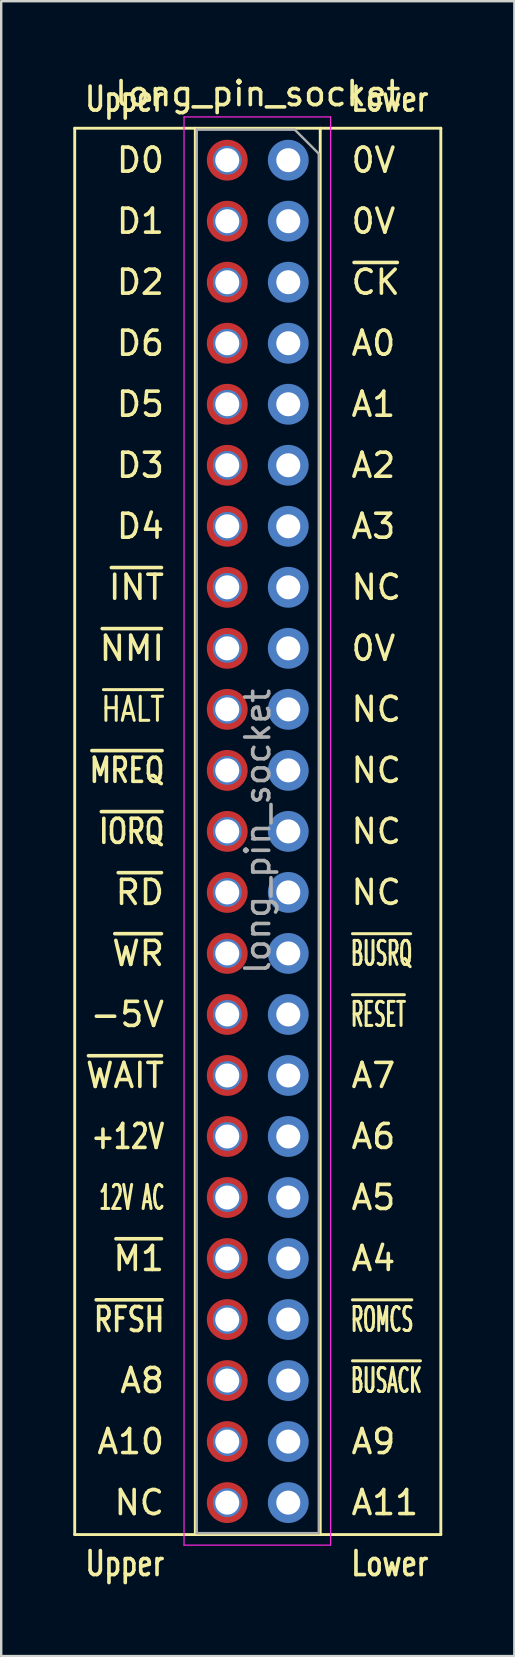
<source format=kicad_pcb>
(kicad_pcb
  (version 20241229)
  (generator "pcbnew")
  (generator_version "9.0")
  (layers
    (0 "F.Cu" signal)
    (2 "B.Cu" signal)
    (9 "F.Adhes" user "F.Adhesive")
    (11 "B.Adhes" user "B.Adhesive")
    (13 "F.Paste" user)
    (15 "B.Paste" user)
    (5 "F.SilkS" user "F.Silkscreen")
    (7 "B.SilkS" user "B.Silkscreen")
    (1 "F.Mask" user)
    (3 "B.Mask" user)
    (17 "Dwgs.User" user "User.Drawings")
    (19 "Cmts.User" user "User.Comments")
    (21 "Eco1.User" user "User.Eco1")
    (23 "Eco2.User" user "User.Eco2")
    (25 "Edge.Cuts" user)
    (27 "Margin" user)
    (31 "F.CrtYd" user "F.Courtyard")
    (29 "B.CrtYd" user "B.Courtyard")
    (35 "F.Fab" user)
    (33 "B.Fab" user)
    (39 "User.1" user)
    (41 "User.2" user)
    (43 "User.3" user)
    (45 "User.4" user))
  (footprint "long_pin_socket"
    (layer "F.Cu")
    (at 6.41 3.618)
    (property "Reference" "long_pin_socket" (at 1.27 -2.77 0) (layer "F.SilkS") (effects (font (size 1 1) (thickness 0.15))))
    (attr through_hole)
    (fp_line (start -6.35 57.21) (end -6.35 -1.33) (stroke (width 0.12) (type solid)) (layer "F.SilkS"))
    (fp_line (start -1.33 -1.33) (end -1.33 57.21) (stroke (width 0.12) (type solid)) (layer "F.SilkS"))
    (fp_line (start 3.87 -1.33) (end 3.87 57.21) (stroke (width 0.12) (type solid)) (layer "F.SilkS"))
    (fp_line (start 8.89 -1.33) (end -6.35 -1.33) (stroke (width 0.12) (type solid)) (layer "F.SilkS"))
    (fp_line (start 8.89 57.21) (end -6.35 57.21) (stroke (width 0.12) (type solid)) (layer "F.SilkS"))
    (fp_line (start 8.89 57.21) (end 8.89 -1.33) (stroke (width 0.12) (type solid)) (layer "F.SilkS"))
    (fp_line (start -1.8 -1.8) (end 4.3 -1.8) (stroke (width 0.05) (type solid)) (layer "F.CrtYd"))
    (fp_line (start -1.8 57.65) (end -1.8 -1.8) (stroke (width 0.05) (type solid)) (layer "F.CrtYd"))
    (fp_line (start 4.3 -1.8) (end 4.3 57.65) (stroke (width 0.05) (type solid)) (layer "F.CrtYd"))
    (fp_line (start 4.3 57.65) (end -1.8 57.65) (stroke (width 0.05) (type solid)) (layer "F.CrtYd"))
    (fp_line (start -1.27 -1.27) (end 2.81 -1.27) (stroke (width 0.1) (type solid)) (layer "F.Fab"))
    (fp_line (start -1.27 57.15) (end -1.27 -1.27) (stroke (width 0.1) (type solid)) (layer "F.Fab"))
    (fp_line (start 2.81 -1.27) (end 3.81 -0.27) (stroke (width 0.1) (type solid)) (layer "F.Fab"))
    (fp_line (start 3.81 -0.27) (end 3.81 57.15) (stroke (width 0.1) (type solid)) (layer "F.Fab"))
    (fp_line (start 3.81 57.15) (end -1.27 57.15) (stroke (width 0.1) (type solid)) (layer "F.Fab"))
    (fp_text user "~{MREQ}" (at -2.54 25.4 0) (layer "F.SilkS") (effects (font (size 1 0.75) (thickness 0.15)) (justify right)))
    (fp_text user "Upper" (at -2.54 58.42 0) (layer "F.SilkS") (effects (font (size 1 0.75) (thickness 0.15)) (justify right)))
    (fp_text user "A1" (at 5.08 10.16 0) (layer "F.SilkS") (effects (font (size 1 1) (thickness 0.15)) (justify left)))
    (fp_text user "A0" (at 5.08 7.62 0) (layer "F.SilkS") (effects (font (size 1 1) (thickness 0.15)) (justify left)))
    (fp_text user "~{WAIT}" (at -2.54 38.1 0) (layer "F.SilkS") (effects (font (size 1 1) (thickness 0.15)) (justify right)))
    (fp_text user "~{NMI}" (at -2.54 20.32 0) (layer "F.SilkS") (effects (font (size 1 1) (thickness 0.15)) (justify right)))
    (fp_text user "D4" (at -2.54 15.24 0) (layer "F.SilkS") (effects (font (size 1 1) (thickness 0.15)) (justify right)))
    (fp_text user "D0" (at -2.54 0 0) (layer "F.SilkS") (effects (font (size 1 1) (thickness 0.15)) (justify right)))
    (fp_text user "~{IORQ}" (at -2.54 27.94 0) (layer "F.SilkS") (effects (font (size 1 0.75) (thickness 0.15)) (justify right)))
    (fp_text user "D5" (at -2.54 10.16 0) (layer "F.SilkS") (effects (font (size 1 1) (thickness 0.15)) (justify right)))
    (fp_text user "Lower" (at 5.08 58.42 0) (layer "F.SilkS") (effects (font (size 1 0.75) (thickness 0.15)) (justify left)))
    (fp_text user "~{CK}" (at 5.08 5.08 0) (layer "F.SilkS") (effects (font (size 1 1) (thickness 0.15)) (justify left)))
    (fp_text user "~{BUSACK}" (at 5.08 50.8 0) (layer "F.SilkS") (effects (font (size 1 0.5) (thickness 0.125)) (justify left)))
    (fp_text user "~{ROMCS}" (at 5.08 48.26 0) (layer "F.SilkS") (effects (font (size 1 0.5) (thickness 0.125)) (justify left)))
    (fp_text user "A8" (at -2.54 50.8 0) (layer "F.SilkS") (effects (font (size 1 1) (thickness 0.15)) (justify right)))
    (fp_text user "+12V" (at -2.54 40.64 0) (layer "F.SilkS") (effects (font (size 1 0.75) (thickness 0.15)) (justify right)))
    (fp_text user "~{M1}" (at -2.54 45.72 0) (layer "F.SilkS") (effects (font (size 1 1) (thickness 0.15)) (justify right)))
    (fp_text user "~{BUSRQ}" (at 5.08 33.02 0) (layer "F.SilkS") (effects (font (size 1 0.5) (thickness 0.125)) (justify left)))
    (fp_text user "A4" (at 5.08 45.72 0) (layer "F.SilkS") (effects (font (size 1 1) (thickness 0.15)) (justify left)))
    (fp_text user "D2" (at -2.54 5.08 0) (layer "F.SilkS") (effects (font (size 1 1) (thickness 0.15)) (justify right)))
    (fp_text user "0V" (at 5.08 0 0) (layer "F.SilkS") (effects (font (size 1 1) (thickness 0.15)) (justify left)))
    (fp_text user "NC" (at 5.08 17.78 0) (layer "F.SilkS") (effects (font (size 1 1) (thickness 0.15)) (justify left)))
    (fp_text user "A3" (at 5.08 15.24 0) (layer "F.SilkS") (effects (font (size 1 1) (thickness 0.15)) (justify left)))
    (fp_text user "~{RFSH}" (at -2.54 48.26 0) (layer "F.SilkS") (effects (font (size 1 0.75) (thickness 0.15)) (justify right)))
    (fp_text user "D1" (at -2.54 2.54 0) (layer "F.SilkS") (effects (font (size 1 1) (thickness 0.15)) (justify right)))
    (fp_text user "A5" (at 5.08 43.18 0) (layer "F.SilkS") (effects (font (size 1 1) (thickness 0.15)) (justify left)))
    (fp_text user "NC" (at -2.54 55.88 0) (layer "F.SilkS") (effects (font (size 1 1) (thickness 0.15)) (justify right)))
    (fp_text user "~{HALT}" (at -2.54 22.86 0) (layer "F.SilkS") (effects (font (size 1 0.75) (thickness 0.125)) (justify right)))
    (fp_text user "0V" (at 5.08 2.54 0) (layer "F.SilkS") (effects (font (size 1 1) (thickness 0.15)) (justify left)))
    (fp_text user "A6" (at 5.08 40.64 0) (layer "F.SilkS") (effects (font (size 1 1) (thickness 0.15)) (justify left)))
    (fp_text user "NC" (at 5.08 27.94 0) (layer "F.SilkS") (effects (font (size 1 1) (thickness 0.15)) (justify left)))
    (fp_text user "NC" (at 5.08 30.48 0) (layer "F.SilkS") (effects (font (size 1 1) (thickness 0.15)) (justify left)))
    (fp_text user "~{INT}" (at -2.54 17.78 0) (layer "F.SilkS") (effects (font (size 1 1) (thickness 0.15)) (justify right)))
    (fp_text user "A10" (at -2.54 53.34 0) (layer "F.SilkS") (effects (font (size 1 1) (thickness 0.15)) (justify right)))
    (fp_text user "A9" (at 5.08 53.34 0) (layer "F.SilkS") (effects (font (size 1 1) (thickness 0.15)) (justify left)))
    (fp_text user "A11" (at 5.08 55.88 0) (layer "F.SilkS") (effects (font (size 1 1) (thickness 0.15)) (justify left)))
    (fp_text user "D6" (at -2.54 7.62 0) (layer "F.SilkS") (effects (font (size 1 1) (thickness 0.15)) (justify right)))
    (fp_text user "Lower" (at 5.08 -2.54 0) (layer "F.SilkS") (effects (font (size 1 0.75) (thickness 0.15)) (justify left)))
    (fp_text user "NC" (at 5.08 22.86 0) (layer "F.SilkS") (effects (font (size 1 1) (thickness 0.15)) (justify left)))
    (fp_text user "D3" (at -2.54 12.7 0) (layer "F.SilkS") (effects (font (size 1 1) (thickness 0.15)) (justify right)))
    (fp_text user "A2" (at 5.08 12.7 0) (layer "F.SilkS") (effects (font (size 1 1) (thickness 0.15)) (justify left)))
    (fp_text user "12V AC" (at -2.54 43.18 0) (layer "F.SilkS") (effects (font (size 1 0.5) (thickness 0.125)) (justify right)))
    (fp_text user "NC" (at 5.08 25.4 0) (layer "F.SilkS") (effects (font (size 1 1) (thickness 0.15)) (justify left)))
    (fp_text user "~{RD}" (at -2.54 30.48 0) (layer "F.SilkS") (effects (font (size 1 1) (thickness 0.15)) (justify right)))
    (fp_text user "Upper" (at -2.54 -2.54 0) (layer "F.SilkS") (effects (font (size 1 0.75) (thickness 0.15)) (justify right)))
    (fp_text user "-5V" (at -2.54 35.56 0) (layer "F.SilkS") (effects (font (size 1 1) (thickness 0.15)) (justify right)))
    (fp_text user "~{RESET}" (at 5.08 35.56 0) (layer "F.SilkS") (effects (font (size 1 0.5) (thickness 0.125)) (justify left)))
    (fp_text user "A7" (at 5.08 38.1 0) (layer "F.SilkS") (effects (font (size 1 1) (thickness 0.15)) (justify left)))
    (fp_text user "0V" (at 5.08 20.32 0) (layer "F.SilkS") (effects (font (size 1 1) (thickness 0.15)) (justify left)))
    (fp_text user "~{WR}" (at -2.54 33.02 0) (layer "F.SilkS") (effects (font (size 1 1) (thickness 0.15)) (justify right)))
    (fp_text user "${REFERENCE}" (at 1.27 27.94 90) (layer "F.Fab") (effects (font (size 1 1) (thickness 0.15))))
    (pad "a1" thru_hole oval (at 0 0) (size 1.2 1.2) (drill 1) (layers "*.Cu" "*.Mask"))
    (pad "a1" smd oval (at 0 0) (size 1.7 1.7) (layers "F.Cu" "F.Mask"))
    (pad "a2" thru_hole oval (at 0 2.54) (size 1.2 1.2) (drill 1) (layers "*.Cu" "*.Mask"))
    (pad "a2" smd oval (at 0 2.54) (size 1.7 1.7) (layers "F.Cu" "F.Mask"))
    (pad "a3" thru_hole oval (at 0 5.08) (size 1.2 1.2) (drill 1) (layers "*.Cu" "*.Mask"))
    (pad "a3" smd oval (at 0 5.08) (size 1.7 1.7) (layers "F.Cu" "F.Mask"))
    (pad "a4" thru_hole oval (at 0 7.62) (size 1.2 1.2) (drill 1) (layers "*.Cu" "*.Mask"))
    (pad "a4" smd oval (at 0 7.62) (size 1.7 1.7) (layers "F.Cu" "F.Mask"))
    (pad "a5" thru_hole oval (at 0 10.16) (size 1.2 1.2) (drill 1) (layers "*.Cu" "*.Mask"))
    (pad "a5" smd oval (at 0 10.16) (size 1.7 1.7) (layers "F.Cu" "F.Mask"))
    (pad "a6" thru_hole oval (at 0 12.7) (size 1.2 1.2) (drill 1) (layers "*.Cu" "*.Mask"))
    (pad "a6" smd oval (at 0 12.7) (size 1.7 1.7) (layers "F.Cu" "F.Mask"))
    (pad "a7" thru_hole oval (at 0 15.24) (size 1.2 1.2) (drill 1) (layers "*.Cu" "*.Mask"))
    (pad "a7" smd oval (at 0 15.24) (size 1.7 1.7) (layers "F.Cu" "F.Mask"))
    (pad "a8" thru_hole oval (at 0 17.78) (size 1.2 1.2) (drill 1) (layers "*.Cu" "*.Mask"))
    (pad "a8" smd oval (at 0 17.78) (size 1.7 1.7) (layers "F.Cu" "F.Mask"))
    (pad "a9" thru_hole oval (at 0 20.32) (size 1.2 1.2) (drill 1) (layers "*.Cu" "*.Mask"))
    (pad "a9" smd oval (at 0 20.32) (size 1.7 1.7) (layers "F.Cu" "F.Mask"))
    (pad "a10" thru_hole oval (at 0 22.86) (size 1.2 1.2) (drill 1) (layers "*.Cu" "*.Mask"))
    (pad "a10" smd oval (at 0 22.86) (size 1.7 1.7) (layers "F.Cu" "F.Mask"))
    (pad "a11" thru_hole oval (at 0 25.4) (size 1.2 1.2) (drill 1) (layers "*.Cu" "*.Mask"))
    (pad "a11" smd oval (at 0 25.4) (size 1.7 1.7) (layers "F.Cu" "F.Mask"))
    (pad "a12" thru_hole oval (at 0 27.94) (size 1.2 1.2) (drill 1) (layers "*.Cu" "*.Mask"))
    (pad "a12" smd oval (at 0 27.94) (size 1.7 1.7) (layers "F.Cu" "F.Mask"))
    (pad "a13" thru_hole oval (at 0 30.48) (size 1.2 1.2) (drill 1) (layers "*.Cu" "*.Mask"))
    (pad "a13" smd oval (at 0 30.48) (size 1.7 1.7) (layers "F.Cu" "F.Mask"))
    (pad "a14" thru_hole oval (at 0 33.02) (size 1.2 1.2) (drill 1) (layers "*.Cu" "*.Mask"))
    (pad "a14" smd oval (at 0 33.02) (size 1.7 1.7) (layers "F.Cu" "F.Mask"))
    (pad "a15" thru_hole oval (at 0 35.56) (size 1.2 1.2) (drill 1) (layers "*.Cu" "*.Mask"))
    (pad "a15" smd oval (at 0 35.56) (size 1.7 1.7) (layers "F.Cu" "F.Mask"))
    (pad "a16" thru_hole oval (at 0 38.1) (size 1.2 1.2) (drill 1) (layers "*.Cu" "*.Mask"))
    (pad "a16" smd oval (at 0 38.1) (size 1.7 1.7) (layers "F.Cu" "F.Mask"))
    (pad "a17" thru_hole oval (at 0 40.64) (size 1.2 1.2) (drill 1) (layers "*.Cu" "*.Mask"))
    (pad "a17" smd oval (at 0 40.64) (size 1.7 1.7) (layers "F.Cu" "F.Mask"))
    (pad "a18" thru_hole oval (at 0 43.18) (size 1.2 1.2) (drill 1) (layers "*.Cu" "*.Mask"))
    (pad "a18" smd oval (at 0 43.18) (size 1.7 1.7) (layers "F.Cu" "F.Mask"))
    (pad "a19" thru_hole oval (at 0 45.72) (size 1.2 1.2) (drill 1) (layers "*.Cu" "*.Mask"))
    (pad "a19" smd oval (at 0 45.72) (size 1.7 1.7) (layers "F.Cu" "F.Mask"))
    (pad "a20" thru_hole oval (at 0 48.26) (size 1.2 1.2) (drill 1) (layers "*.Cu" "*.Mask"))
    (pad "a20" smd oval (at 0 48.26) (size 1.7 1.7) (layers "F.Cu" "F.Mask"))
    (pad "a21" thru_hole oval (at 0 50.8) (size 1.2 1.2) (drill 1) (layers "*.Cu" "*.Mask"))
    (pad "a21" smd oval (at 0 50.8) (size 1.7 1.7) (layers "F.Cu" "F.Mask"))
    (pad "a22" thru_hole oval (at 0 53.34) (size 1.2 1.2) (drill 1) (layers "*.Cu" "*.Mask"))
    (pad "a22" smd oval (at 0 53.34) (size 1.7 1.7) (layers "F.Cu" "F.Mask"))
    (pad "a23" thru_hole oval (at 0 55.88) (size 1.2 1.2) (drill 1) (layers "*.Cu" "*.Mask"))
    (pad "a23" smd oval (at 0 55.88) (size 1.7 1.7) (layers "F.Cu" "F.Mask"))
    (pad "b1" thru_hole oval (at 2.54 0 90) (size 1.2 1.2) (drill 1) (layers "*.Cu" "*.Mask"))
    (pad "b1" smd oval (at 2.54 0 90) (size 1.7 1.7) (layers "B.Cu" "B.Mask"))
    (pad "b2" thru_hole oval (at 2.54 2.54) (size 1.2 1.2) (drill 1) (layers "*.Cu" "*.Mask"))
    (pad "b2" smd oval (at 2.54 2.54) (size 1.7 1.7) (layers "B.Cu" "B.Mask"))
    (pad "b3" thru_hole oval (at 2.54 5.08) (size 1.2 1.2) (drill 1) (layers "*.Cu" "*.Mask"))
    (pad "b3" smd oval (at 2.54 5.08) (size 1.7 1.7) (layers "B.Cu" "B.Mask"))
    (pad "b4" thru_hole oval (at 2.54 7.62) (size 1.2 1.2) (drill 1) (layers "*.Cu" "*.Mask"))
    (pad "b4" smd oval (at 2.54 7.62) (size 1.7 1.7) (layers "B.Cu" "B.Mask"))
    (pad "b5" thru_hole oval (at 2.54 10.16) (size 1.2 1.2) (drill 1) (layers "*.Cu" "*.Mask"))
    (pad "b5" smd oval (at 2.54 10.16) (size 1.7 1.7) (layers "B.Cu" "B.Mask"))
    (pad "b6" thru_hole oval (at 2.54 12.7) (size 1.2 1.2) (drill 1) (layers "*.Cu" "*.Mask"))
    (pad "b6" smd oval (at 2.54 12.7) (size 1.7 1.7) (layers "B.Cu" "B.Mask"))
    (pad "b7" thru_hole oval (at 2.54 15.24) (size 1.2 1.2) (drill 1) (layers "*.Cu" "*.Mask"))
    (pad "b7" smd oval (at 2.54 15.24) (size 1.7 1.7) (layers "B.Cu" "B.Mask"))
    (pad "b8" thru_hole oval (at 2.54 17.78) (size 1.2 1.2) (drill 1) (layers "*.Cu" "*.Mask"))
    (pad "b8" smd oval (at 2.54 17.78) (size 1.7 1.7) (layers "B.Cu" "B.Mask"))
    (pad "b9" thru_hole oval (at 2.54 20.32) (size 1.2 1.2) (drill 1) (layers "*.Cu" "*.Mask"))
    (pad "b9" smd oval (at 2.54 20.32) (size 1.7 1.7) (layers "B.Cu" "B.Mask"))
    (pad "b10" thru_hole oval (at 2.54 22.86) (size 1.2 1.2) (drill 1) (layers "*.Cu" "*.Mask"))
    (pad "b10" smd oval (at 2.54 22.86) (size 1.7 1.7) (layers "B.Cu" "B.Mask"))
    (pad "b11" thru_hole oval (at 2.54 25.4) (size 1.2 1.2) (drill 1) (layers "*.Cu" "*.Mask"))
    (pad "b11" smd oval (at 2.54 25.4) (size 1.7 1.7) (layers "B.Cu" "B.Mask"))
    (pad "b12" thru_hole oval (at 2.54 27.94) (size 1.2 1.2) (drill 1) (layers "*.Cu" "*.Mask"))
    (pad "b12" smd oval (at 2.54 27.94) (size 1.7 1.7) (layers "B.Cu" "B.Mask"))
    (pad "b13" thru_hole oval (at 2.54 30.48) (size 1.2 1.2) (drill 1) (layers "*.Cu" "*.Mask"))
    (pad "b13" smd oval (at 2.54 30.48) (size 1.7 1.7) (layers "B.Cu" "B.Mask"))
    (pad "b14" thru_hole oval (at 2.54 33.02) (size 1.2 1.2) (drill 1) (layers "*.Cu" "*.Mask"))
    (pad "b14" smd oval (at 2.54 33.02) (size 1.7 1.7) (layers "B.Cu" "B.Mask"))
    (pad "b15" thru_hole oval (at 2.54 35.56) (size 1.2 1.2) (drill 1) (layers "*.Cu" "*.Mask"))
    (pad "b15" smd oval (at 2.54 35.56) (size 1.7 1.7) (layers "B.Cu" "B.Mask"))
    (pad "b16" thru_hole oval (at 2.54 38.1) (size 1.2 1.2) (drill 1) (layers "*.Cu" "*.Mask"))
    (pad "b16" smd oval (at 2.54 38.1) (size 1.7 1.7) (layers "B.Cu" "B.Mask"))
    (pad "b17" thru_hole oval (at 2.54 40.64) (size 1.2 1.2) (drill 1) (layers "*.Cu" "*.Mask"))
    (pad "b17" smd oval (at 2.54 40.64) (size 1.7 1.7) (layers "B.Cu" "B.Mask"))
    (pad "b18" thru_hole oval (at 2.54 43.18) (size 1.2 1.2) (drill 1) (layers "*.Cu" "*.Mask"))
    (pad "b18" smd oval (at 2.54 43.18) (size 1.7 1.7) (layers "B.Cu" "B.Mask"))
    (pad "b19" thru_hole oval (at 2.54 45.72) (size 1.2 1.2) (drill 1) (layers "*.Cu" "*.Mask"))
    (pad "b19" smd oval (at 2.54 45.72) (size 1.7 1.7) (layers "B.Cu" "B.Mask"))
    (pad "b20" thru_hole oval (at 2.54 48.26) (size 1.2 1.2) (drill 1) (layers "*.Cu" "*.Mask"))
    (pad "b20" smd oval (at 2.54 48.26) (size 1.7 1.7) (layers "B.Cu" "B.Mask"))
    (pad "b21" thru_hole oval (at 2.54 50.8) (size 1.2 1.2) (drill 1) (layers "*.Cu" "*.Mask"))
    (pad "b21" smd oval (at 2.54 50.8) (size 1.7 1.7) (layers "B.Cu" "B.Mask"))
    (pad "b22" thru_hole oval (at 2.54 53.34) (size 1.2 1.2) (drill 1) (layers "*.Cu" "*.Mask"))
    (pad "b22" smd oval (at 2.54 53.34) (size 1.7 1.7) (layers "B.Cu" "B.Mask"))
    (pad "b23" thru_hole oval (at 2.54 55.88) (size 1.2 1.2) (drill 1) (layers "*.Cu" "*.Mask"))
    (pad "b23" smd oval (at 2.54 55.88) (size 1.7 1.7) (layers "B.Cu" "B.Mask")))
  (gr_rect
    (start -3 -3)
    (end 18.36 65.886)
    (stroke (width 0.1) (type default))
    (fill no)
    (layer "Edge.Cuts")))
</source>
